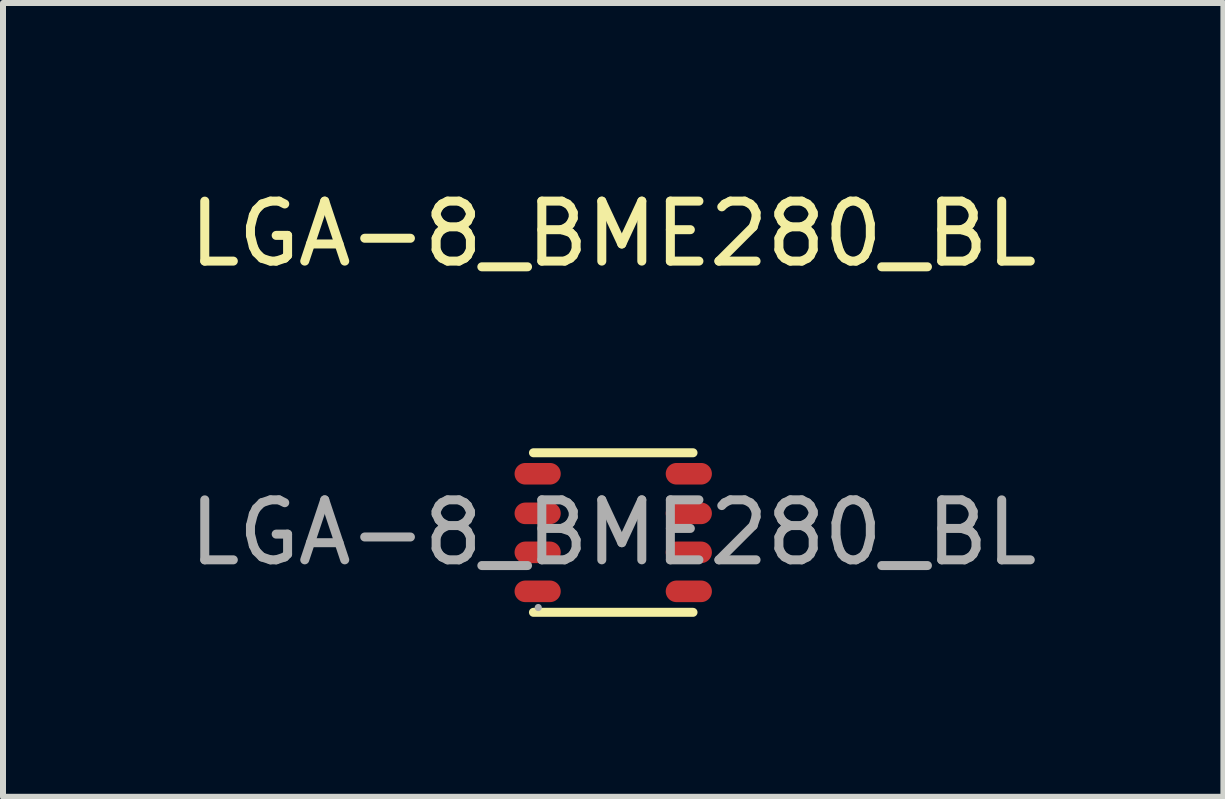
<source format=kicad_pcb>
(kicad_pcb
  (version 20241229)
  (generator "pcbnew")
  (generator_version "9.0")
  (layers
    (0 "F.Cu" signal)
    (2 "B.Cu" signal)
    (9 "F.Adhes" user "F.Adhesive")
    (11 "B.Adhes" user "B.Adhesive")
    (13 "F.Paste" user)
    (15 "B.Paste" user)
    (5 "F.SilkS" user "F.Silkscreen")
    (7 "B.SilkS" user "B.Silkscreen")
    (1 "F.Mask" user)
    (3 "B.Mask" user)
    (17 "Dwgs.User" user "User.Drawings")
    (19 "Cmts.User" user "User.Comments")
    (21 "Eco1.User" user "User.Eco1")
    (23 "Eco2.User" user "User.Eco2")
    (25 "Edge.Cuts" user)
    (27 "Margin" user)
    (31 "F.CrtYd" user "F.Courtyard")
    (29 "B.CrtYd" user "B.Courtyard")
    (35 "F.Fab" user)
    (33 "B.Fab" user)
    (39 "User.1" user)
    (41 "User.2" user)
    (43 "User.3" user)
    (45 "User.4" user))
  (footprint "LGA-8_BME280_BL"
    (layer "F.Cu")
    (at 7.173 5.828)
    (property "Reference" "LGA-8_BME280_BL" (at 0 -4.98 0) (layer "F.SilkS") (effects (font (size 1 1) (thickness 0.15))))
    (attr smd)
    (fp_line (start -1.33 -1.33) (end 1.33 -1.33) (stroke (width 0.15) (type solid)) (layer "F.SilkS"))
    (fp_line (start -1.33 1.33) (end 1.33 1.33) (stroke (width 0.15) (type solid)) (layer "F.SilkS"))
    (fp_circle (center -1.25 1.25) (end -1.22 1.25) (stroke (width 0.06) (type solid)) (fill no) (layer "F.Fab"))
    (fp_text user "${REFERENCE}" (at 0 0 0) (layer "F.Fab") (effects (font (size 1 1) (thickness 0.15))))
    (pad "1" smd oval (at -1.26 0.98 270) (size 0.36 0.77) (layers "F.Cu" "F.Mask" "F.Paste"))
    (pad "2" smd oval (at -1.26 0.33 270) (size 0.36 0.77) (layers "F.Cu" "F.Mask" "F.Paste"))
    (pad "3" smd oval (at -1.26 -0.32 270) (size 0.36 0.77) (layers "F.Cu" "F.Mask" "F.Paste"))
    (pad "4" smd oval (at -1.26 -0.98 270) (size 0.36 0.77) (layers "F.Cu" "F.Mask" "F.Paste"))
    (pad "5" smd oval (at 1.26 -0.98 270) (size 0.36 0.77) (layers "F.Cu" "F.Mask" "F.Paste"))
    (pad "6" smd oval (at 1.26 -0.32 270) (size 0.36 0.77) (layers "F.Cu" "F.Mask" "F.Paste"))
    (pad "7" smd oval (at 1.26 0.33 270) (size 0.36 0.77) (layers "F.Cu" "F.Mask" "F.Paste"))
    (pad "8" smd oval (at 1.26 0.98 270) (size 0.36 0.77) (layers "F.Cu" "F.Mask" "F.Paste")))
  (gr_rect
    (start -3 -3)
    (end 17.345 10.233)
    (stroke (width 0.1) (type default))
    (fill no)
    (layer "Edge.Cuts")))
</source>
